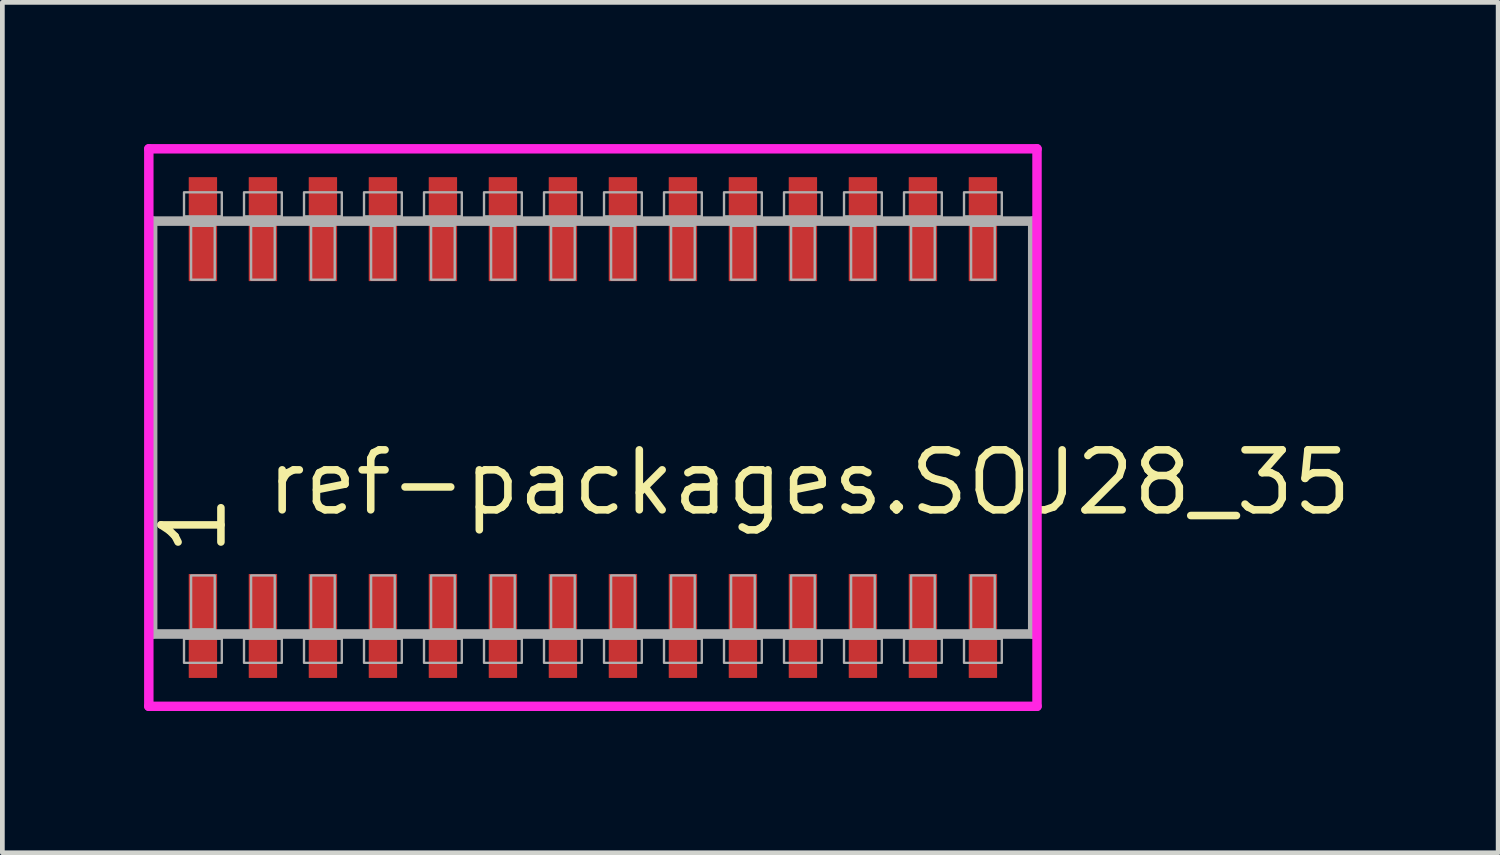
<source format=kicad_pcb>
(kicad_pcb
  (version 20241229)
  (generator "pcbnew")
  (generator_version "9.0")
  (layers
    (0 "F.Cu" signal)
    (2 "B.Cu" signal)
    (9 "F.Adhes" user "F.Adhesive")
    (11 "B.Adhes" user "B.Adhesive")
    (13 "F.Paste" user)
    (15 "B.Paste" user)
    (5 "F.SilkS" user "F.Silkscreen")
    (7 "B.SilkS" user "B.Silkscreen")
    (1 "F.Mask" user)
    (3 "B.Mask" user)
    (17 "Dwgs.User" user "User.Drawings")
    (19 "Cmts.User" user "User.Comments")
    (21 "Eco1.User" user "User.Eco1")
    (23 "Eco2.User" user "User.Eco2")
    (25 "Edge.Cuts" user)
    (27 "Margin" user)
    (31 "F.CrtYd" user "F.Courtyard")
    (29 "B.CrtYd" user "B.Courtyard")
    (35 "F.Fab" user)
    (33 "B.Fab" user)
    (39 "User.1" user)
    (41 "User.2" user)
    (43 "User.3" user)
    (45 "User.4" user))
  (footprint "ref-packages.SOJ28_35"
    (layer "F.Cu")
    (at 9.5 6)
    (property "Reference" "ref-packages.SOJ28_35" (at -6.985 1.905 0) (layer "F.SilkS") (effects (font (size 1.27 1.27) (thickness 0.16)) (justify left bottom)))
    (attr smd)
    (fp_line (start -9.4 -5.9) (end 9.4 -5.9) (stroke (width 0.2) (type default)) (layer "F.CrtYd"))
    (fp_line (start -9.4 5.9) (end -9.4 -5.9) (stroke (width 0.2) (type default)) (layer "F.CrtYd"))
    (fp_line (start 9.4 -5.9) (end 9.4 5.9) (stroke (width 0.2) (type default)) (layer "F.CrtYd"))
    (fp_line (start 9.4 5.9) (end -9.4 5.9) (stroke (width 0.2) (type default)) (layer "F.CrtYd"))
    (fp_line (start -9.32 -4.37) (end 9.31 -4.37) (stroke (width 0.203) (type default)) (layer "F.Fab"))
    (fp_line (start -9.32 4.37) (end -9.32 -4.37) (stroke (width 0.203) (type default)) (layer "F.Fab"))
    (fp_line (start 9.31 -4.37) (end 9.31 4.37) (stroke (width 0.203) (type default)) (layer "F.Fab"))
    (fp_line (start 9.31 4.37) (end -9.32 4.37) (stroke (width 0.203) (type default)) (layer "F.Fab"))
    (fp_rect (start -8.655 -4.47) (end -7.855 -4.98) (stroke (width 0.05) (type default)) (fill no) (layer "F.Fab"))
    (fp_rect (start -8.655 4.98) (end -7.855 4.47) (stroke (width 0.05) (type default)) (fill no) (layer "F.Fab"))
    (fp_rect (start -8.505 -3.13) (end -8.005 -4.27) (stroke (width 0.05) (type default)) (fill no) (layer "F.Fab"))
    (fp_rect (start -8.505 4.27) (end -8.005 3.13) (stroke (width 0.05) (type default)) (fill no) (layer "F.Fab"))
    (fp_rect (start -7.385 -4.47) (end -6.585 -4.98) (stroke (width 0.05) (type default)) (fill no) (layer "F.Fab"))
    (fp_rect (start -7.385 4.98) (end -6.585 4.47) (stroke (width 0.05) (type default)) (fill no) (layer "F.Fab"))
    (fp_rect (start -7.235 -3.13) (end -6.735 -4.27) (stroke (width 0.05) (type default)) (fill no) (layer "F.Fab"))
    (fp_rect (start -7.235 4.27) (end -6.735 3.13) (stroke (width 0.05) (type default)) (fill no) (layer "F.Fab"))
    (fp_rect (start -6.115 -4.47) (end -5.315 -4.98) (stroke (width 0.05) (type default)) (fill no) (layer "F.Fab"))
    (fp_rect (start -6.115 4.98) (end -5.315 4.47) (stroke (width 0.05) (type default)) (fill no) (layer "F.Fab"))
    (fp_rect (start -5.965 -3.13) (end -5.465 -4.27) (stroke (width 0.05) (type default)) (fill no) (layer "F.Fab"))
    (fp_rect (start -5.965 4.27) (end -5.465 3.13) (stroke (width 0.05) (type default)) (fill no) (layer "F.Fab"))
    (fp_rect (start -4.845 -4.47) (end -4.045 -4.98) (stroke (width 0.05) (type default)) (fill no) (layer "F.Fab"))
    (fp_rect (start -4.845 4.98) (end -4.045 4.47) (stroke (width 0.05) (type default)) (fill no) (layer "F.Fab"))
    (fp_rect (start -4.695 -3.13) (end -4.195 -4.27) (stroke (width 0.05) (type default)) (fill no) (layer "F.Fab"))
    (fp_rect (start -4.695 4.27) (end -4.195 3.13) (stroke (width 0.05) (type default)) (fill no) (layer "F.Fab"))
    (fp_rect (start -3.575 -4.47) (end -2.775 -4.98) (stroke (width 0.05) (type default)) (fill no) (layer "F.Fab"))
    (fp_rect (start -3.575 4.98) (end -2.775 4.47) (stroke (width 0.05) (type default)) (fill no) (layer "F.Fab"))
    (fp_rect (start -3.425 -3.13) (end -2.925 -4.27) (stroke (width 0.05) (type default)) (fill no) (layer "F.Fab"))
    (fp_rect (start -3.425 4.27) (end -2.925 3.13) (stroke (width 0.05) (type default)) (fill no) (layer "F.Fab"))
    (fp_rect (start -2.305 -4.47) (end -1.505 -4.98) (stroke (width 0.05) (type default)) (fill no) (layer "F.Fab"))
    (fp_rect (start -2.305 4.98) (end -1.505 4.47) (stroke (width 0.05) (type default)) (fill no) (layer "F.Fab"))
    (fp_rect (start -2.155 -3.13) (end -1.655 -4.27) (stroke (width 0.05) (type default)) (fill no) (layer "F.Fab"))
    (fp_rect (start -2.155 4.27) (end -1.655 3.13) (stroke (width 0.05) (type default)) (fill no) (layer "F.Fab"))
    (fp_rect (start -1.035 -4.47) (end -0.235 -4.98) (stroke (width 0.05) (type default)) (fill no) (layer "F.Fab"))
    (fp_rect (start -1.035 4.98) (end -0.235 4.47) (stroke (width 0.05) (type default)) (fill no) (layer "F.Fab"))
    (fp_rect (start -0.885 -3.13) (end -0.385 -4.27) (stroke (width 0.05) (type default)) (fill no) (layer "F.Fab"))
    (fp_rect (start -0.885 4.27) (end -0.385 3.13) (stroke (width 0.05) (type default)) (fill no) (layer "F.Fab"))
    (fp_rect (start 0.235 -4.47) (end 1.035 -4.98) (stroke (width 0.05) (type default)) (fill no) (layer "F.Fab"))
    (fp_rect (start 0.235 4.98) (end 1.035 4.47) (stroke (width 0.05) (type default)) (fill no) (layer "F.Fab"))
    (fp_rect (start 0.385 -3.13) (end 0.885 -4.27) (stroke (width 0.05) (type default)) (fill no) (layer "F.Fab"))
    (fp_rect (start 0.385 4.27) (end 0.885 3.13) (stroke (width 0.05) (type default)) (fill no) (layer "F.Fab"))
    (fp_rect (start 1.505 -4.47) (end 2.305 -4.98) (stroke (width 0.05) (type default)) (fill no) (layer "F.Fab"))
    (fp_rect (start 1.505 4.98) (end 2.305 4.47) (stroke (width 0.05) (type default)) (fill no) (layer "F.Fab"))
    (fp_rect (start 1.655 -3.13) (end 2.155 -4.27) (stroke (width 0.05) (type default)) (fill no) (layer "F.Fab"))
    (fp_rect (start 1.655 4.27) (end 2.155 3.13) (stroke (width 0.05) (type default)) (fill no) (layer "F.Fab"))
    (fp_rect (start 2.775 -4.47) (end 3.575 -4.98) (stroke (width 0.05) (type default)) (fill no) (layer "F.Fab"))
    (fp_rect (start 2.775 4.98) (end 3.575 4.47) (stroke (width 0.05) (type default)) (fill no) (layer "F.Fab"))
    (fp_rect (start 2.925 -3.13) (end 3.425 -4.27) (stroke (width 0.05) (type default)) (fill no) (layer "F.Fab"))
    (fp_rect (start 2.925 4.27) (end 3.425 3.13) (stroke (width 0.05) (type default)) (fill no) (layer "F.Fab"))
    (fp_rect (start 4.045 -4.47) (end 4.845 -4.98) (stroke (width 0.05) (type default)) (fill no) (layer "F.Fab"))
    (fp_rect (start 4.045 4.98) (end 4.845 4.47) (stroke (width 0.05) (type default)) (fill no) (layer "F.Fab"))
    (fp_rect (start 4.195 -3.13) (end 4.695 -4.27) (stroke (width 0.05) (type default)) (fill no) (layer "F.Fab"))
    (fp_rect (start 4.195 4.27) (end 4.695 3.13) (stroke (width 0.05) (type default)) (fill no) (layer "F.Fab"))
    (fp_rect (start 5.315 -4.47) (end 6.115 -4.98) (stroke (width 0.05) (type default)) (fill no) (layer "F.Fab"))
    (fp_rect (start 5.315 4.98) (end 6.115 4.47) (stroke (width 0.05) (type default)) (fill no) (layer "F.Fab"))
    (fp_rect (start 5.465 -3.13) (end 5.965 -4.27) (stroke (width 0.05) (type default)) (fill no) (layer "F.Fab"))
    (fp_rect (start 5.465 4.27) (end 5.965 3.13) (stroke (width 0.05) (type default)) (fill no) (layer "F.Fab"))
    (fp_rect (start 6.585 -4.47) (end 7.385 -4.98) (stroke (width 0.05) (type default)) (fill no) (layer "F.Fab"))
    (fp_rect (start 6.585 4.98) (end 7.385 4.47) (stroke (width 0.05) (type default)) (fill no) (layer "F.Fab"))
    (fp_rect (start 6.735 -3.13) (end 7.235 -4.27) (stroke (width 0.05) (type default)) (fill no) (layer "F.Fab"))
    (fp_rect (start 6.735 4.27) (end 7.235 3.13) (stroke (width 0.05) (type default)) (fill no) (layer "F.Fab"))
    (fp_rect (start 7.855 -4.47) (end 8.655 -4.98) (stroke (width 0.05) (type default)) (fill no) (layer "F.Fab"))
    (fp_rect (start 7.855 4.98) (end 8.655 4.47) (stroke (width 0.05) (type default)) (fill no) (layer "F.Fab"))
    (fp_rect (start 8.005 -3.13) (end 8.505 -4.27) (stroke (width 0.05) (type default)) (fill no) (layer "F.Fab"))
    (fp_rect (start 8.005 4.27) (end 8.505 3.13) (stroke (width 0.05) (type default)) (fill no) (layer "F.Fab"))
    (fp_text user "1" (at -7.71 2.77 90) (layer "F.SilkS") (effects (font (size 1.27 1.27) (thickness 0.16)) (justify left bottom)))
    (pad "1" smd roundrect (at -8.255 4.2) (size 0.6 2.2) (layers "F.Cu" "F.Mask" "F.Paste") (roundrect_rratio 0.01))
    (pad "2" smd roundrect (at -6.985 4.2) (size 0.6 2.2) (layers "F.Cu" "F.Mask" "F.Paste") (roundrect_rratio 0.01))
    (pad "3" smd roundrect (at -5.715 4.2) (size 0.6 2.2) (layers "F.Cu" "F.Mask" "F.Paste") (roundrect_rratio 0.01))
    (pad "4" smd roundrect (at -4.445 4.2) (size 0.6 2.2) (layers "F.Cu" "F.Mask" "F.Paste") (roundrect_rratio 0.01))
    (pad "5" smd roundrect (at -3.175 4.2) (size 0.6 2.2) (layers "F.Cu" "F.Mask" "F.Paste") (roundrect_rratio 0.01))
    (pad "6" smd roundrect (at -1.905 4.2) (size 0.6 2.2) (layers "F.Cu" "F.Mask" "F.Paste") (roundrect_rratio 0.01))
    (pad "7" smd roundrect (at -0.635 4.2) (size 0.6 2.2) (layers "F.Cu" "F.Mask" "F.Paste") (roundrect_rratio 0.01))
    (pad "8" smd roundrect (at 0.635 4.2) (size 0.6 2.2) (layers "F.Cu" "F.Mask" "F.Paste") (roundrect_rratio 0.01))
    (pad "9" smd roundrect (at 1.905 4.2) (size 0.6 2.2) (layers "F.Cu" "F.Mask" "F.Paste") (roundrect_rratio 0.01))
    (pad "10" smd roundrect (at 3.175 4.2) (size 0.6 2.2) (layers "F.Cu" "F.Mask" "F.Paste") (roundrect_rratio 0.01))
    (pad "11" smd roundrect (at 4.445 4.2) (size 0.6 2.2) (layers "F.Cu" "F.Mask" "F.Paste") (roundrect_rratio 0.01))
    (pad "12" smd roundrect (at 5.715 4.2) (size 0.6 2.2) (layers "F.Cu" "F.Mask" "F.Paste") (roundrect_rratio 0.01))
    (pad "13" smd roundrect (at 6.985 4.2) (size 0.6 2.2) (layers "F.Cu" "F.Mask" "F.Paste") (roundrect_rratio 0.01))
    (pad "14" smd roundrect (at 8.255 4.2) (size 0.6 2.2) (layers "F.Cu" "F.Mask" "F.Paste") (roundrect_rratio 0.01))
    (pad "15" smd roundrect (at 8.255 -4.2) (size 0.6 2.2) (layers "F.Cu" "F.Mask" "F.Paste") (roundrect_rratio 0.01))
    (pad "16" smd roundrect (at 6.985 -4.2) (size 0.6 2.2) (layers "F.Cu" "F.Mask" "F.Paste") (roundrect_rratio 0.01))
    (pad "17" smd roundrect (at 5.715 -4.2) (size 0.6 2.2) (layers "F.Cu" "F.Mask" "F.Paste") (roundrect_rratio 0.01))
    (pad "18" smd roundrect (at 4.445 -4.2) (size 0.6 2.2) (layers "F.Cu" "F.Mask" "F.Paste") (roundrect_rratio 0.01))
    (pad "19" smd roundrect (at 3.175 -4.2) (size 0.6 2.2) (layers "F.Cu" "F.Mask" "F.Paste") (roundrect_rratio 0.01))
    (pad "20" smd roundrect (at 1.905 -4.2) (size 0.6 2.2) (layers "F.Cu" "F.Mask" "F.Paste") (roundrect_rratio 0.01))
    (pad "21" smd roundrect (at 0.635 -4.2) (size 0.6 2.2) (layers "F.Cu" "F.Mask" "F.Paste") (roundrect_rratio 0.01))
    (pad "22" smd roundrect (at -0.635 -4.2) (size 0.6 2.2) (layers "F.Cu" "F.Mask" "F.Paste") (roundrect_rratio 0.01))
    (pad "23" smd roundrect (at -1.905 -4.2) (size 0.6 2.2) (layers "F.Cu" "F.Mask" "F.Paste") (roundrect_rratio 0.01))
    (pad "24" smd roundrect (at -3.175 -4.2) (size 0.6 2.2) (layers "F.Cu" "F.Mask" "F.Paste") (roundrect_rratio 0.01))
    (pad "25" smd roundrect (at -4.445 -4.2) (size 0.6 2.2) (layers "F.Cu" "F.Mask" "F.Paste") (roundrect_rratio 0.01))
    (pad "26" smd roundrect (at -5.715 -4.2) (size 0.6 2.2) (layers "F.Cu" "F.Mask" "F.Paste") (roundrect_rratio 0.01))
    (pad "27" smd roundrect (at -6.985 -4.2) (size 0.6 2.2) (layers "F.Cu" "F.Mask" "F.Paste") (roundrect_rratio 0.01))
    (pad "28" smd roundrect (at -8.255 -4.2) (size 0.6 2.2) (layers "F.Cu" "F.Mask" "F.Paste") (roundrect_rratio 0.01)))
  (gr_rect
    (start -3 -3)
    (end 28.661 15)
    (stroke (width 0.1) (type default))
    (fill no)
    (layer "Edge.Cuts")))
</source>
